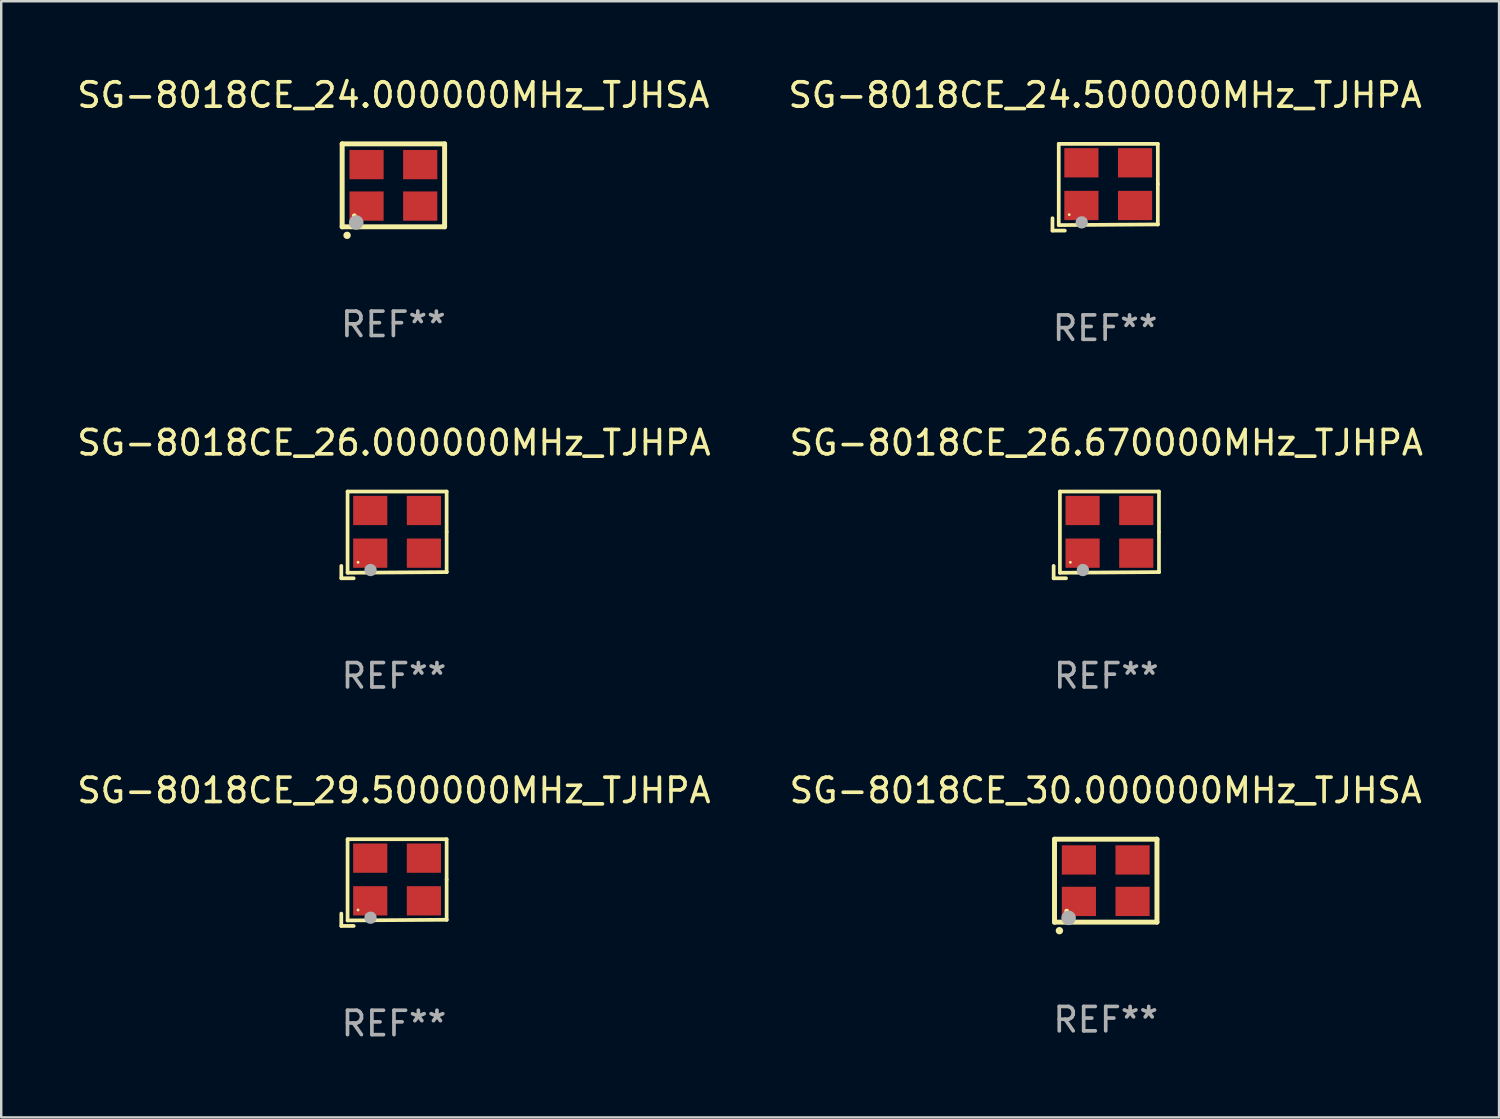
<source format=kicad_pcb>
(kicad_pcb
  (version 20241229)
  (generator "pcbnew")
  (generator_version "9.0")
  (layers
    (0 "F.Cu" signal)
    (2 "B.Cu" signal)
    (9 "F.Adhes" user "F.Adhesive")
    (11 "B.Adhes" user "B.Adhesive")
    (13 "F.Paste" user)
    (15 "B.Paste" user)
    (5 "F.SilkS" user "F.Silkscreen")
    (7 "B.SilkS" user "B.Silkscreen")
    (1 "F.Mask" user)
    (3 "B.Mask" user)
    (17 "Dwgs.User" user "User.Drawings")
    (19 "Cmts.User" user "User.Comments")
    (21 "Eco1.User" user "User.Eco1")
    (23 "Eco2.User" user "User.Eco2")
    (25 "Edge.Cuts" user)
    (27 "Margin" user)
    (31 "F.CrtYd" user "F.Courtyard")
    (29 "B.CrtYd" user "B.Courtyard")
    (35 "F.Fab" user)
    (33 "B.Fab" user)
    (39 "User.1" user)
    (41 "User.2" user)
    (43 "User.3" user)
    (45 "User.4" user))
  (footprint "SG-8018CE_29.500000MHz_TJHPA"
    (layer "F.Cu")
    (at 13.101 33.132)
    (property "Reference" "SG-8018CE_29.500000MHz_TJHPA" (at 0 -3.778 0) (layer "F.SilkS") (effects (font (size 1 1) (thickness 0.15))))
    (attr through_hole)
    (fp_line (start -2.159 1.27) (end -2.159 1.778) (stroke (width 0.152) (type solid)) (layer "F.SilkS"))
    (fp_line (start -2.159 1.778) (end -1.651 1.778) (stroke (width 0.152) (type solid)) (layer "F.SilkS"))
    (fp_line (start -1.902 -1.778) (end 2.159 -1.778) (stroke (width 0.152) (type solid)) (layer "F.SilkS"))
    (fp_line (start -1.902 1.552) (end -1.902 -1.778) (stroke (width 0.152) (type solid)) (layer "F.SilkS"))
    (fp_line (start 2.159 -1.778) (end 2.159 -0.127) (stroke (width 0.152) (type solid)) (layer "F.SilkS"))
    (fp_line (start 2.159 -0.127) (end 2.159 1.524) (stroke (width 0.152) (type solid)) (layer "F.SilkS"))
    (fp_line (start 2.159 1.524) (end -1.902 1.552) (stroke (width 0.152) (type solid)) (layer "F.SilkS"))
    (fp_line (start 2.159 1.524) (end 2.159 1.524) (stroke (width 0.152) (type solid)) (layer "F.SilkS"))
    (fp_circle (center -1.473 1.123) (end -1.443 1.123) (stroke (width 0.06) (type solid)) (fill no) (layer "F.SilkS"))
    (fp_circle (center -0.961 1.44) (end -0.834 1.44) (stroke (width 0.254) (type solid)) (fill no) (layer "F.Fab"))
    (fp_text user "REF**" (at 0 5.778 0) (layer "F.Fab") (effects (font (size 1 1) (thickness 0.15))))
    (pad "1" smd rect (at -0.973 0.748) (size 1.4 1.2) (layers "F.Cu" "F.Mask" "F.Paste"))
    (pad "2" smd rect (at 1.227 0.748) (size 1.4 1.2) (layers "F.Cu" "F.Mask" "F.Paste"))
    (pad "3" smd rect (at 1.227 -1.002) (size 1.4 1.2) (layers "F.Cu" "F.Mask" "F.Paste"))
    (pad "4" smd rect (at -0.973 -1.002) (size 1.4 1.2) (layers "F.Cu" "F.Mask" "F.Paste")))
  (footprint "SG-8018CE_24.000000MHz_TJHSA"
    (layer "F.Cu")
    (at 13.077 4.548)
    (property "Reference" "SG-8018CE_24.000000MHz_TJHSA" (at 0 -3.7 0) (layer "F.SilkS") (effects (font (size 1 1) (thickness 0.15))))
    (attr through_hole)
    (fp_line (start -2.1 -1.7) (end -2.1 1.7) (stroke (width 0.203) (type solid)) (layer "F.SilkS"))
    (fp_line (start -2.1 1.7) (end 2.1 1.7) (stroke (width 0.203) (type solid)) (layer "F.SilkS"))
    (fp_line (start 2.1 -1.7) (end -2.1 -1.7) (stroke (width 0.203) (type solid)) (layer "F.SilkS"))
    (fp_line (start 2.1 1.7) (end 2.1 -1.7) (stroke (width 0.203) (type solid)) (layer "F.SilkS"))
    (fp_arc (start -1.899924 2.049784) (mid -1.898654 2.049779) (end -1.897384 2.049784) (stroke (width 0.3) (type solid)) (layer "F.SilkS"))
    (fp_circle (center -1.6 1.25) (end -1.55 1.25) (stroke (width 0.1) (type solid)) (fill no) (layer "F.SilkS"))
    (fp_circle (center -1.524 1.524) (end -1.374 1.524) (stroke (width 0.3) (type solid)) (fill no) (layer "F.Fab"))
    (fp_text user "REF**" (at 0 5.7 0) (layer "F.Fab") (effects (font (size 1 1) (thickness 0.15))))
    (pad "1" smd rect (at -1.1 0.85) (size 1.4 1.2) (layers "F.Cu" "F.Mask" "F.Paste"))
    (pad "2" smd rect (at 1.1 0.85) (size 1.4 1.2) (layers "F.Cu" "F.Mask" "F.Paste"))
    (pad "3" smd rect (at 1.1 -0.85) (size 1.4 1.2) (layers "F.Cu" "F.Mask" "F.Paste"))
    (pad "4" smd rect (at -1.1 -0.85) (size 1.4 1.2) (layers "F.Cu" "F.Mask" "F.Paste")))
  (footprint "SG-8018CE_26.000000MHz_TJHPA"
    (layer "F.Cu")
    (at 13.101 18.879)
    (property "Reference" "SG-8018CE_26.000000MHz_TJHPA" (at 0 -3.778 0) (layer "F.SilkS") (effects (font (size 1 1) (thickness 0.15))))
    (attr through_hole)
    (fp_line (start -2.159 1.27) (end -2.159 1.778) (stroke (width 0.152) (type solid)) (layer "F.SilkS"))
    (fp_line (start -2.159 1.778) (end -1.651 1.778) (stroke (width 0.152) (type solid)) (layer "F.SilkS"))
    (fp_line (start -1.902 -1.778) (end 2.159 -1.778) (stroke (width 0.152) (type solid)) (layer "F.SilkS"))
    (fp_line (start -1.902 1.552) (end -1.902 -1.778) (stroke (width 0.152) (type solid)) (layer "F.SilkS"))
    (fp_line (start 2.159 -1.778) (end 2.159 -0.127) (stroke (width 0.152) (type solid)) (layer "F.SilkS"))
    (fp_line (start 2.159 -0.127) (end 2.159 1.524) (stroke (width 0.152) (type solid)) (layer "F.SilkS"))
    (fp_line (start 2.159 1.524) (end -1.902 1.552) (stroke (width 0.152) (type solid)) (layer "F.SilkS"))
    (fp_line (start 2.159 1.524) (end 2.159 1.524) (stroke (width 0.152) (type solid)) (layer "F.SilkS"))
    (fp_circle (center -1.473 1.123) (end -1.443 1.123) (stroke (width 0.06) (type solid)) (fill no) (layer "F.SilkS"))
    (fp_circle (center -0.961 1.44) (end -0.834 1.44) (stroke (width 0.254) (type solid)) (fill no) (layer "F.Fab"))
    (fp_text user "REF**" (at 0 5.778 0) (layer "F.Fab") (effects (font (size 1 1) (thickness 0.15))))
    (pad "1" smd rect (at -0.973 0.748) (size 1.4 1.2) (layers "F.Cu" "F.Mask" "F.Paste"))
    (pad "2" smd rect (at 1.227 0.748) (size 1.4 1.2) (layers "F.Cu" "F.Mask" "F.Paste"))
    (pad "3" smd rect (at 1.227 -1.002) (size 1.4 1.2) (layers "F.Cu" "F.Mask" "F.Paste"))
    (pad "4" smd rect (at -0.973 -1.002) (size 1.4 1.2) (layers "F.Cu" "F.Mask" "F.Paste")))
  (footprint "SG-8018CE_26.670000MHz_TJHPA"
    (layer "F.Cu")
    (at 42.304 18.879)
    (property "Reference" "SG-8018CE_26.670000MHz_TJHPA" (at 0 -3.778 0) (layer "F.SilkS") (effects (font (size 1 1) (thickness 0.15))))
    (attr through_hole)
    (fp_line (start -2.159 1.27) (end -2.159 1.778) (stroke (width 0.152) (type solid)) (layer "F.SilkS"))
    (fp_line (start -2.159 1.778) (end -1.651 1.778) (stroke (width 0.152) (type solid)) (layer "F.SilkS"))
    (fp_line (start -1.902 -1.778) (end 2.159 -1.778) (stroke (width 0.152) (type solid)) (layer "F.SilkS"))
    (fp_line (start -1.902 1.552) (end -1.902 -1.778) (stroke (width 0.152) (type solid)) (layer "F.SilkS"))
    (fp_line (start 2.159 -1.778) (end 2.159 -0.127) (stroke (width 0.152) (type solid)) (layer "F.SilkS"))
    (fp_line (start 2.159 -0.127) (end 2.159 1.524) (stroke (width 0.152) (type solid)) (layer "F.SilkS"))
    (fp_line (start 2.159 1.524) (end -1.902 1.552) (stroke (width 0.152) (type solid)) (layer "F.SilkS"))
    (fp_line (start 2.159 1.524) (end 2.159 1.524) (stroke (width 0.152) (type solid)) (layer "F.SilkS"))
    (fp_circle (center -1.473 1.123) (end -1.443 1.123) (stroke (width 0.06) (type solid)) (fill no) (layer "F.SilkS"))
    (fp_circle (center -0.961 1.44) (end -0.834 1.44) (stroke (width 0.254) (type solid)) (fill no) (layer "F.Fab"))
    (fp_text user "REF**" (at 0 5.778 0) (layer "F.Fab") (effects (font (size 1 1) (thickness 0.15))))
    (pad "1" smd rect (at -0.973 0.748) (size 1.4 1.2) (layers "F.Cu" "F.Mask" "F.Paste"))
    (pad "2" smd rect (at 1.227 0.748) (size 1.4 1.2) (layers "F.Cu" "F.Mask" "F.Paste"))
    (pad "3" smd rect (at 1.227 -1.002) (size 1.4 1.2) (layers "F.Cu" "F.Mask" "F.Paste"))
    (pad "4" smd rect (at -0.973 -1.002) (size 1.4 1.2) (layers "F.Cu" "F.Mask" "F.Paste")))
  (footprint "SG-8018CE_24.500000MHz_TJHPA"
    (layer "F.Cu")
    (at 42.256 4.626)
    (property "Reference" "SG-8018CE_24.500000MHz_TJHPA" (at 0 -3.778 0) (layer "F.SilkS") (effects (font (size 1 1) (thickness 0.15))))
    (attr through_hole)
    (fp_line (start -2.159 1.27) (end -2.159 1.778) (stroke (width 0.152) (type solid)) (layer "F.SilkS"))
    (fp_line (start -2.159 1.778) (end -1.651 1.778) (stroke (width 0.152) (type solid)) (layer "F.SilkS"))
    (fp_line (start -1.902 -1.778) (end 2.159 -1.778) (stroke (width 0.152) (type solid)) (layer "F.SilkS"))
    (fp_line (start -1.902 1.552) (end -1.902 -1.778) (stroke (width 0.152) (type solid)) (layer "F.SilkS"))
    (fp_line (start 2.159 -1.778) (end 2.159 -0.127) (stroke (width 0.152) (type solid)) (layer "F.SilkS"))
    (fp_line (start 2.159 -0.127) (end 2.159 1.524) (stroke (width 0.152) (type solid)) (layer "F.SilkS"))
    (fp_line (start 2.159 1.524) (end -1.902 1.552) (stroke (width 0.152) (type solid)) (layer "F.SilkS"))
    (fp_line (start 2.159 1.524) (end 2.159 1.524) (stroke (width 0.152) (type solid)) (layer "F.SilkS"))
    (fp_circle (center -1.473 1.123) (end -1.443 1.123) (stroke (width 0.06) (type solid)) (fill no) (layer "F.SilkS"))
    (fp_circle (center -0.961 1.44) (end -0.834 1.44) (stroke (width 0.254) (type solid)) (fill no) (layer "F.Fab"))
    (fp_text user "REF**" (at 0 5.778 0) (layer "F.Fab") (effects (font (size 1 1) (thickness 0.15))))
    (pad "1" smd rect (at -0.973 0.748) (size 1.4 1.2) (layers "F.Cu" "F.Mask" "F.Paste"))
    (pad "2" smd rect (at 1.227 0.748) (size 1.4 1.2) (layers "F.Cu" "F.Mask" "F.Paste"))
    (pad "3" smd rect (at 1.227 -1.002) (size 1.4 1.2) (layers "F.Cu" "F.Mask" "F.Paste"))
    (pad "4" smd rect (at -0.973 -1.002) (size 1.4 1.2) (layers "F.Cu" "F.Mask" "F.Paste")))
  (footprint "SG-8018CE_30.000000MHz_TJHSA"
    (layer "F.Cu")
    (at 42.28 33.054)
    (property "Reference" "SG-8018CE_30.000000MHz_TJHSA" (at 0 -3.7 0) (layer "F.SilkS") (effects (font (size 1 1) (thickness 0.15))))
    (attr through_hole)
    (fp_line (start -2.1 -1.7) (end -2.1 1.7) (stroke (width 0.203) (type solid)) (layer "F.SilkS"))
    (fp_line (start -2.1 1.7) (end 2.1 1.7) (stroke (width 0.203) (type solid)) (layer "F.SilkS"))
    (fp_line (start 2.1 -1.7) (end -2.1 -1.7) (stroke (width 0.203) (type solid)) (layer "F.SilkS"))
    (fp_line (start 2.1 1.7) (end 2.1 -1.7) (stroke (width 0.203) (type solid)) (layer "F.SilkS"))
    (fp_arc (start -1.899924 2.049784) (mid -1.898654 2.049779) (end -1.897384 2.049784) (stroke (width 0.3) (type solid)) (layer "F.SilkS"))
    (fp_circle (center -1.6 1.25) (end -1.55 1.25) (stroke (width 0.1) (type solid)) (fill no) (layer "F.SilkS"))
    (fp_circle (center -1.524 1.524) (end -1.374 1.524) (stroke (width 0.3) (type solid)) (fill no) (layer "F.Fab"))
    (fp_text user "REF**" (at 0 5.7 0) (layer "F.Fab") (effects (font (size 1 1) (thickness 0.15))))
    (pad "1" smd rect (at -1.1 0.85) (size 1.4 1.2) (layers "F.Cu" "F.Mask" "F.Paste"))
    (pad "2" smd rect (at 1.1 0.85) (size 1.4 1.2) (layers "F.Cu" "F.Mask" "F.Paste"))
    (pad "3" smd rect (at 1.1 -0.85) (size 1.4 1.2) (layers "F.Cu" "F.Mask" "F.Paste"))
    (pad "4" smd rect (at -1.1 -0.85) (size 1.4 1.2) (layers "F.Cu" "F.Mask" "F.Paste")))
  (gr_rect
    (start -3 -3)
    (end 58.405 42.758)
    (stroke (width 0.1) (type default))
    (fill no)
    (layer "Edge.Cuts")))
</source>
